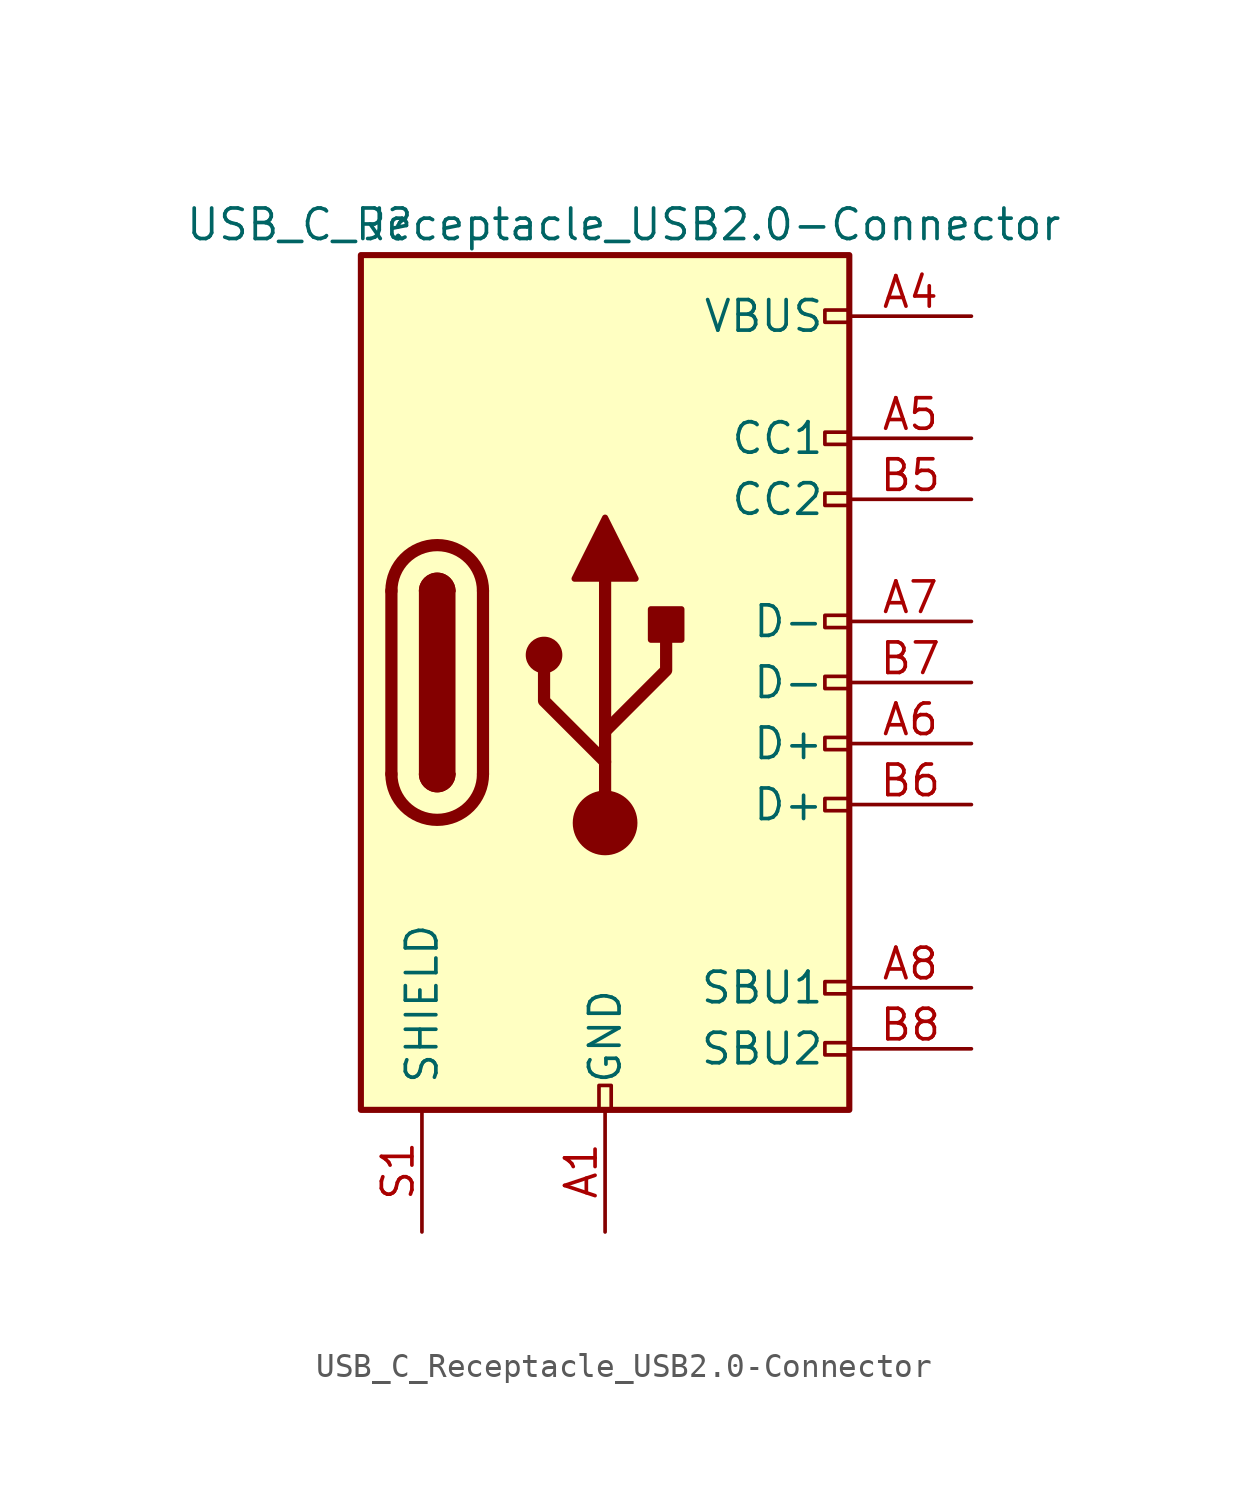
<source format=kicad_sym>
(kicad_symbol_lib
  (version 20211014)
  (generator kicad_symbol_editor)
  (symbol "USB_C_Receptacle_USB2.0-Connector"
    (pin_names
      (offset 1.016))
    (property "Reference" "J"
      (at -10.16 19.05 0)
      (effects (font (size 1.27 1.27)) (justify left)))
    (property "Value" "USB_C_Receptacle_USB2.0-Connector"
      (at 19.05 19.05 0)
      (effects (font (size 1.27 1.27)) (justify right)))
    (symbol "USB_C_Receptacle_USB2.0-Connector_0_0"
      (rectangle (start -0.254 -17.78) (end 0.254 -16.764) (stroke (width 0) (type default) (color 0 0 0 0)) (fill (type none)))
      (rectangle (start 10.16 -14.986) (end 9.144 -15.494) (stroke (width 0) (type default) (color 0 0 0 0)) (fill (type none)))
      (rectangle (start 10.16 -12.446) (end 9.144 -12.954) (stroke (width 0) (type default) (color 0 0 0 0)) (fill (type none)))
      (rectangle (start 10.16 -4.826) (end 9.144 -5.334) (stroke (width 0) (type default) (color 0 0 0 0)) (fill (type none)))
      (rectangle (start 10.16 -2.286) (end 9.144 -2.794) (stroke (width 0) (type default) (color 0 0 0 0)) (fill (type none)))
      (rectangle (start 10.16 0.254) (end 9.144 -0.254) (stroke (width 0) (type default) (color 0 0 0 0)) (fill (type none)))
      (rectangle (start 10.16 2.794) (end 9.144 2.286) (stroke (width 0) (type default) (color 0 0 0 0)) (fill (type none)))
      (rectangle (start 10.16 7.874) (end 9.144 7.366) (stroke (width 0) (type default) (color 0 0 0 0)) (fill (type none)))
      (rectangle (start 10.16 10.414) (end 9.144 9.906) (stroke (width 0) (type default) (color 0 0 0 0)) (fill (type none)))
      (rectangle (start 10.16 15.494) (end 9.144 14.986) (stroke (width 0) (type default) (color 0 0 0 0)) (fill (type none))))
    (symbol "USB_C_Receptacle_USB2.0-Connector_0_1"
      (rectangle (start -10.16 17.78) (end 10.16 -17.78) (stroke (width 0.254) (type default) (color 0 0 0 0)) (fill (type background)))
      (arc (start -8.89 -3.81) (mid -6.985 -5.715) (end -5.08 -3.81) (stroke (width 0.508) (type default) (color 0 0 0 0)) (fill (type none)))
      (arc (start -7.62 -3.81) (mid -6.985 -4.445) (end -6.35 -3.81) (stroke (width 0.254) (type default) (color 0 0 0 0)) (fill (type none)))
      (arc (start -7.62 -3.81) (mid -6.985 -4.445) (end -6.35 -3.81) (stroke (width 0.254) (type default) (color 0 0 0 0)) (fill (type outline)))
      (rectangle (start -7.62 -3.81) (end -6.35 3.81) (stroke (width 0.254) (type default) (color 0 0 0 0)) (fill (type outline)))
      (arc (start -6.35 3.81) (mid -6.985 4.445) (end -7.62 3.81) (stroke (width 0.254) (type default) (color 0 0 0 0)) (fill (type none)))
      (arc (start -6.35 3.81) (mid -6.985 4.445) (end -7.62 3.81) (stroke (width 0.254) (type default) (color 0 0 0 0)) (fill (type outline)))
      (arc (start -5.08 3.81) (mid -6.985 5.715) (end -8.89 3.81) (stroke (width 0.508) (type default) (color 0 0 0 0)) (fill (type none)))
      (circle (center -2.54 1.143) (radius 0.635) (stroke (width 0.254) (type default) (color 0 0 0 0)) (fill (type outline)))
      (circle (center 0 -5.842) (radius 1.27) (stroke (width 0) (type default) (color 0 0 0 0)) (fill (type outline)))
      (polyline (pts (xy -8.89 -3.81) (xy -8.89 3.81)) (stroke (width 0.508) (type default) (color 0 0 0 0)) (fill (type none)))
      (polyline (pts (xy -5.08 3.81) (xy -5.08 -3.81)) (stroke (width 0.508) (type default) (color 0 0 0 0)) (fill (type none)))
      (polyline (pts (xy 0 -5.842) (xy 0 4.318)) (stroke (width 0.508) (type default) (color 0 0 0 0)) (fill (type none)))
      (polyline (pts (xy 0 -3.302) (xy -2.54 -0.762) (xy -2.54 0.508)) (stroke (width 0.508) (type default) (color 0 0 0 0)) (fill (type none)))
      (polyline (pts (xy 0 -2.032) (xy 2.54 0.508) (xy 2.54 1.778)) (stroke (width 0.508) (type default) (color 0 0 0 0)) (fill (type none)))
      (polyline (pts (xy -1.27 4.318) (xy 0 6.858) (xy 1.27 4.318) (xy -1.27 4.318)) (stroke (width 0.254) (type default) (color 0 0 0 0)) (fill (type outline)))
      (rectangle (start 1.905 1.778) (end 3.175 3.048) (stroke (width 0.254) (type default) (color 0 0 0 0)) (fill (type outline))))
    (symbol "USB_C_Receptacle_USB2.0-Connector_1_1"
      (pin power_in line (at 0 -22.86 90) (length 5.08) (name "GND" (effects (font (size 1.27 1.27)))) (number "A1" (effects (font (size 1.27 1.27)))))
      (pin power_in line (at 0 -22.86 90) (length 5.08) hide (name "GND" (effects (font (size 1.27 1.27)))) (number "A12" (effects (font (size 1.27 1.27)))))
      (pin power_in line (at 15.24 15.24 180) (length 5.08) (name "VBUS" (effects (font (size 1.27 1.27)))) (number "A4" (effects (font (size 1.27 1.27)))))
      (pin bidirectional line (at 15.24 10.16 180) (length 5.08) (name "CC1" (effects (font (size 1.27 1.27)))) (number "A5" (effects (font (size 1.27 1.27)))))
      (pin bidirectional line (at 15.24 -2.54 180) (length 5.08) (name "D+" (effects (font (size 1.27 1.27)))) (number "A6" (effects (font (size 1.27 1.27)))))
      (pin bidirectional line (at 15.24 2.54 180) (length 5.08) (name "D-" (effects (font (size 1.27 1.27)))) (number "A7" (effects (font (size 1.27 1.27)))))
      (pin bidirectional line (at 15.24 -12.7 180) (length 5.08) (name "SBU1" (effects (font (size 1.27 1.27)))) (number "A8" (effects (font (size 1.27 1.27)))))
      (pin power_in line (at 15.24 15.24 180) (length 5.08) hide (name "VBUS" (effects (font (size 1.27 1.27)))) (number "A9" (effects (font (size 1.27 1.27)))))
      (pin power_in line (at 0 -22.86 90) (length 5.08) hide (name "GND" (effects (font (size 1.27 1.27)))) (number "B1" (effects (font (size 1.27 1.27)))))
      (pin power_in line (at 0 -22.86 90) (length 5.08) hide (name "GND" (effects (font (size 1.27 1.27)))) (number "B12" (effects (font (size 1.27 1.27)))))
      (pin power_in line (at 15.24 15.24 180) (length 5.08) hide (name "VBUS" (effects (font (size 1.27 1.27)))) (number "B4" (effects (font (size 1.27 1.27)))))
      (pin bidirectional line (at 15.24 7.62 180) (length 5.08) (name "CC2" (effects (font (size 1.27 1.27)))) (number "B5" (effects (font (size 1.27 1.27)))))
      (pin bidirectional line (at 15.24 -5.08 180) (length 5.08) (name "D+" (effects (font (size 1.27 1.27)))) (number "B6" (effects (font (size 1.27 1.27)))))
      (pin bidirectional line (at 15.24 0 180) (length 5.08) (name "D-" (effects (font (size 1.27 1.27)))) (number "B7" (effects (font (size 1.27 1.27)))))
      (pin bidirectional line (at 15.24 -15.24 180) (length 5.08) (name "SBU2" (effects (font (size 1.27 1.27)))) (number "B8" (effects (font (size 1.27 1.27)))))
      (pin power_in line (at 15.24 15.24 180) (length 5.08) hide (name "VBUS" (effects (font (size 1.27 1.27)))) (number "B9" (effects (font (size 1.27 1.27)))))
      (pin passive line (at -7.62 -22.86 90) (length 5.08) (name "SHIELD" (effects (font (size 1.27 1.27)))) (number "S1" (effects (font (size 1.27 1.27))))))))
</source>
